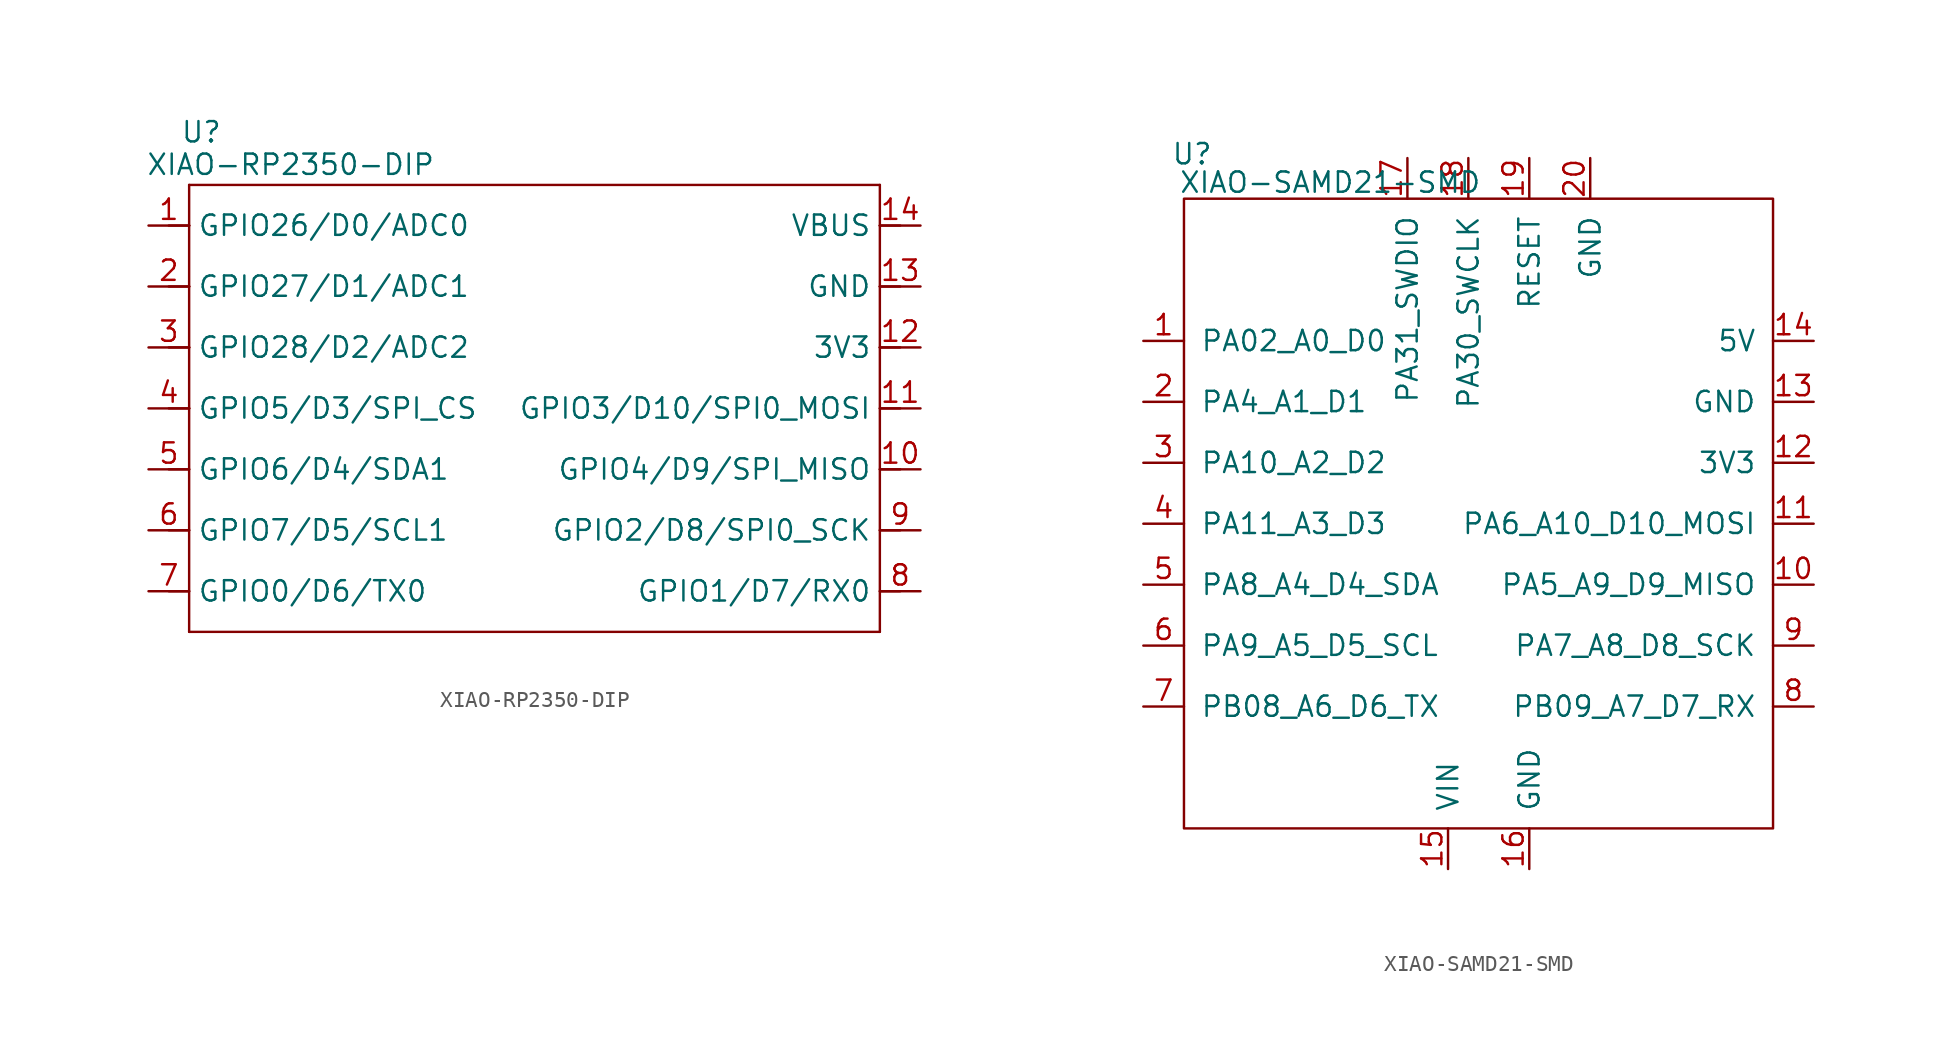
<source format=kicad_sym>
(kicad_symbol_lib
  (version 20241209)
  (generator "kicad_symbol_editor")
  (generator_version "9.0")
  (symbol "XIAO-RP2350-DIP"
    (property "Reference" "U"
      (at -5.588 2.032 0)
      (effects (font (size 1.27 1.27))))
    (property "Value" "XIAO-RP2350-DIP"
      (at 0 0 0)
      (effects (font (size 1.27 1.27))))
    (symbol "XIAO-RP2350-DIP_1_0"
      (polyline (pts (xy -6.35 -1.27) (xy 36.83 -1.27)) (stroke (width 0.152) (type solid)) (fill (type none)))
      (polyline (pts (xy -6.35 -3.81) (xy -7.62 -3.81)) (stroke (width 0.152) (type solid)) (fill (type none)))
      (polyline (pts (xy -6.35 -3.81) (xy -6.35 -1.27)) (stroke (width 0.152) (type solid)) (fill (type none)))
      (polyline (pts (xy -6.35 -7.62) (xy -7.62 -7.62)) (stroke (width 0.152) (type solid)) (fill (type none)))
      (polyline (pts (xy -6.35 -7.62) (xy -6.35 -3.81)) (stroke (width 0.152) (type solid)) (fill (type none)))
      (polyline (pts (xy -6.35 -11.43) (xy -7.62 -11.43)) (stroke (width 0.152) (type solid)) (fill (type none)))
      (polyline (pts (xy -6.35 -11.43) (xy -6.35 -7.62)) (stroke (width 0.152) (type solid)) (fill (type none)))
      (polyline (pts (xy -6.35 -15.24) (xy -7.62 -15.24)) (stroke (width 0.152) (type solid)) (fill (type none)))
      (polyline (pts (xy -6.35 -15.24) (xy -6.35 -11.43)) (stroke (width 0.152) (type solid)) (fill (type none)))
      (polyline (pts (xy -6.35 -19.05) (xy -7.62 -19.05)) (stroke (width 0.152) (type solid)) (fill (type none)))
      (polyline (pts (xy -6.35 -22.86) (xy -7.62 -22.86)) (stroke (width 0.152) (type solid)) (fill (type none)))
      (polyline (pts (xy -6.35 -26.67) (xy -7.62 -26.67)) (stroke (width 0.152) (type solid)) (fill (type none)))
      (polyline (pts (xy -6.35 -29.21) (xy -6.35 -15.24)) (stroke (width 0.152) (type solid)) (fill (type none)))
      (polyline (pts (xy 36.83 -1.27) (xy 36.83 -3.81)) (stroke (width 0.152) (type solid)) (fill (type none)))
      (polyline (pts (xy 36.83 -3.81) (xy 36.83 -7.62)) (stroke (width 0.152) (type solid)) (fill (type none)))
      (polyline (pts (xy 36.83 -7.62) (xy 36.83 -11.43)) (stroke (width 0.152) (type solid)) (fill (type none)))
      (polyline (pts (xy 36.83 -11.43) (xy 36.83 -29.21)) (stroke (width 0.152) (type solid)) (fill (type none)))
      (polyline (pts (xy 36.83 -29.21) (xy -6.35 -29.21)) (stroke (width 0.152) (type solid)) (fill (type none)))
      (polyline (pts (xy 38.1 -3.81) (xy 36.83 -3.81)) (stroke (width 0.152) (type solid)) (fill (type none)))
      (polyline (pts (xy 38.1 -7.62) (xy 36.83 -7.62)) (stroke (width 0.152) (type solid)) (fill (type none)))
      (polyline (pts (xy 38.1 -11.43) (xy 36.83 -11.43)) (stroke (width 0.152) (type solid)) (fill (type none)))
      (polyline (pts (xy 38.1 -15.24) (xy 36.83 -15.24)) (stroke (width 0.152) (type solid)) (fill (type none)))
      (polyline (pts (xy 38.1 -19.05) (xy 36.83 -19.05)) (stroke (width 0.152) (type solid)) (fill (type none)))
      (polyline (pts (xy 38.1 -22.86) (xy 36.83 -22.86)) (stroke (width 0.152) (type solid)) (fill (type none)))
      (polyline (pts (xy 38.1 -26.67) (xy 36.83 -26.67)) (stroke (width 0.152) (type solid)) (fill (type none)))
      (pin passive line (at -8.89 -3.81 0) (length 2.54) (name "GPIO26/D0/ADC0" (effects (font (size 1.27 1.27)))) (number "1" (effects (font (size 1.27 1.27)))))
      (pin passive line (at -8.89 -7.62 0) (length 2.54) (name "GPIO27/D1/ADC1" (effects (font (size 1.27 1.27)))) (number "2" (effects (font (size 1.27 1.27)))))
      (pin passive line (at -8.89 -11.43 0) (length 2.54) (name "GPIO28/D2/ADC2" (effects (font (size 1.27 1.27)))) (number "3" (effects (font (size 1.27 1.27)))))
      (pin passive line (at -8.89 -15.24 0) (length 2.54) (name "GPIO5/D3/SPI_CS" (effects (font (size 1.27 1.27)))) (number "4" (effects (font (size 1.27 1.27)))))
      (pin passive line (at -8.89 -19.05 0) (length 2.54) (name "GPIO6/D4/SDA1" (effects (font (size 1.27 1.27)))) (number "5" (effects (font (size 1.27 1.27)))))
      (pin passive line (at -8.89 -22.86 0) (length 2.54) (name "GPIO7/D5/SCL1" (effects (font (size 1.27 1.27)))) (number "6" (effects (font (size 1.27 1.27)))))
      (pin passive line (at -8.89 -26.67 0) (length 2.54) (name "GPIO0/D6/TX0" (effects (font (size 1.27 1.27)))) (number "7" (effects (font (size 1.27 1.27)))))
      (pin passive line (at 39.37 -3.81 180) (length 2.54) (name "VBUS" (effects (font (size 1.27 1.27)))) (number "14" (effects (font (size 1.27 1.27)))))
      (pin passive line (at 39.37 -7.62 180) (length 2.54) (name "GND" (effects (font (size 1.27 1.27)))) (number "13" (effects (font (size 1.27 1.27)))))
      (pin passive line (at 39.37 -11.43 180) (length 2.54) (name "3V3" (effects (font (size 1.27 1.27)))) (number "12" (effects (font (size 1.27 1.27)))))
      (pin passive line (at 39.37 -15.24 180) (length 2.54) (name "GPIO3/D10/SPI0_MOSI" (effects (font (size 1.27 1.27)))) (number "11" (effects (font (size 1.27 1.27)))))
      (pin passive line (at 39.37 -19.05 180) (length 2.54) (name "GPIO4/D9/SPI_MISO" (effects (font (size 1.27 1.27)))) (number "10" (effects (font (size 1.27 1.27)))))
      (pin passive line (at 39.37 -22.86 180) (length 2.54) (name "GPIO2/D8/SPI0_SCK" (effects (font (size 1.27 1.27)))) (number "9" (effects (font (size 1.27 1.27)))))
      (pin passive line (at 39.37 -26.67 180) (length 2.54) (name "GPIO1/D7/RX0" (effects (font (size 1.27 1.27)))) (number "8" (effects (font (size 1.27 1.27)))))))
  (symbol "XIAO-SAMD21-SMD"
    (pin_names
      (offset 1.016))
    (property "Reference" "U"
      (at -18.542 23.114 0)
      (effects (font (size 1.27 1.27))))
    (property "Value" "XIAO-SAMD21-SMD"
      (at -9.906 21.336 0)
      (effects (font (size 1.27 1.27))))
    (symbol "XIAO-SAMD21-SMD_0_1"
      (rectangle (start -19.05 20.32) (end 17.78 -19.05) (stroke (width 0) (type default)) (fill (type none))))
    (symbol "XIAO-SAMD21-SMD_1_1"
      (pin passive line (at -21.59 11.43 0) (length 2.54) (name "PA02_A0_D0" (effects (font (size 1.27 1.27)))) (number "1" (effects (font (size 1.27 1.27)))))
      (pin passive line (at -21.59 7.62 0) (length 2.54) (name "PA4_A1_D1" (effects (font (size 1.27 1.27)))) (number "2" (effects (font (size 1.27 1.27)))))
      (pin passive line (at -21.59 3.81 0) (length 2.54) (name "PA10_A2_D2" (effects (font (size 1.27 1.27)))) (number "3" (effects (font (size 1.27 1.27)))))
      (pin passive line (at -21.59 0 0) (length 2.54) (name "PA11_A3_D3" (effects (font (size 1.27 1.27)))) (number "4" (effects (font (size 1.27 1.27)))))
      (pin passive line (at -21.59 -3.81 0) (length 2.54) (name "PA8_A4_D4_SDA" (effects (font (size 1.27 1.27)))) (number "5" (effects (font (size 1.27 1.27)))))
      (pin passive line (at -21.59 -7.62 0) (length 2.54) (name "PA9_A5_D5_SCL" (effects (font (size 1.27 1.27)))) (number "6" (effects (font (size 1.27 1.27)))))
      (pin passive line (at -21.59 -11.43 0) (length 2.54) (name "PB08_A6_D6_TX" (effects (font (size 1.27 1.27)))) (number "7" (effects (font (size 1.27 1.27)))))
      (pin passive line (at -5.08 22.86 270) (length 2.54) (name "PA31_SWDIO" (effects (font (size 1.27 1.27)))) (number "17" (effects (font (size 1.27 1.27)))))
      (pin passive line (at -2.54 -21.59 90) (length 2.54) (name "VIN" (effects (font (size 1.27 1.27)))) (number "15" (effects (font (size 1.27 1.27)))))
      (pin passive line (at -1.27 22.86 270) (length 2.54) (name "PA30_SWCLK" (effects (font (size 1.27 1.27)))) (number "18" (effects (font (size 1.27 1.27)))))
      (pin passive line (at 2.54 22.86 270) (length 2.54) (name "RESET" (effects (font (size 1.27 1.27)))) (number "19" (effects (font (size 1.27 1.27)))))
      (pin passive line (at 2.54 -21.59 90) (length 2.54) (name "GND" (effects (font (size 1.27 1.27)))) (number "16" (effects (font (size 1.27 1.27)))))
      (pin passive line (at 6.35 22.86 270) (length 2.54) (name "GND" (effects (font (size 1.27 1.27)))) (number "20" (effects (font (size 1.27 1.27)))))
      (pin passive line (at 20.32 11.43 180) (length 2.54) (name "5V" (effects (font (size 1.27 1.27)))) (number "14" (effects (font (size 1.27 1.27)))))
      (pin passive line (at 20.32 7.62 180) (length 2.54) (name "GND" (effects (font (size 1.27 1.27)))) (number "13" (effects (font (size 1.27 1.27)))))
      (pin passive line (at 20.32 3.81 180) (length 2.54) (name "3V3" (effects (font (size 1.27 1.27)))) (number "12" (effects (font (size 1.27 1.27)))))
      (pin passive line (at 20.32 0 180) (length 2.54) (name "PA6_A10_D10_MOSI" (effects (font (size 1.27 1.27)))) (number "11" (effects (font (size 1.27 1.27)))))
      (pin passive line (at 20.32 -3.81 180) (length 2.54) (name "PA5_A9_D9_MISO" (effects (font (size 1.27 1.27)))) (number "10" (effects (font (size 1.27 1.27)))))
      (pin passive line (at 20.32 -7.62 180) (length 2.54) (name "PA7_A8_D8_SCK" (effects (font (size 1.27 1.27)))) (number "9" (effects (font (size 1.27 1.27)))))
      (pin passive line (at 20.32 -11.43 180) (length 2.54) (name "PB09_A7_D7_RX" (effects (font (size 1.27 1.27)))) (number "8" (effects (font (size 1.27 1.27))))))))
</source>
